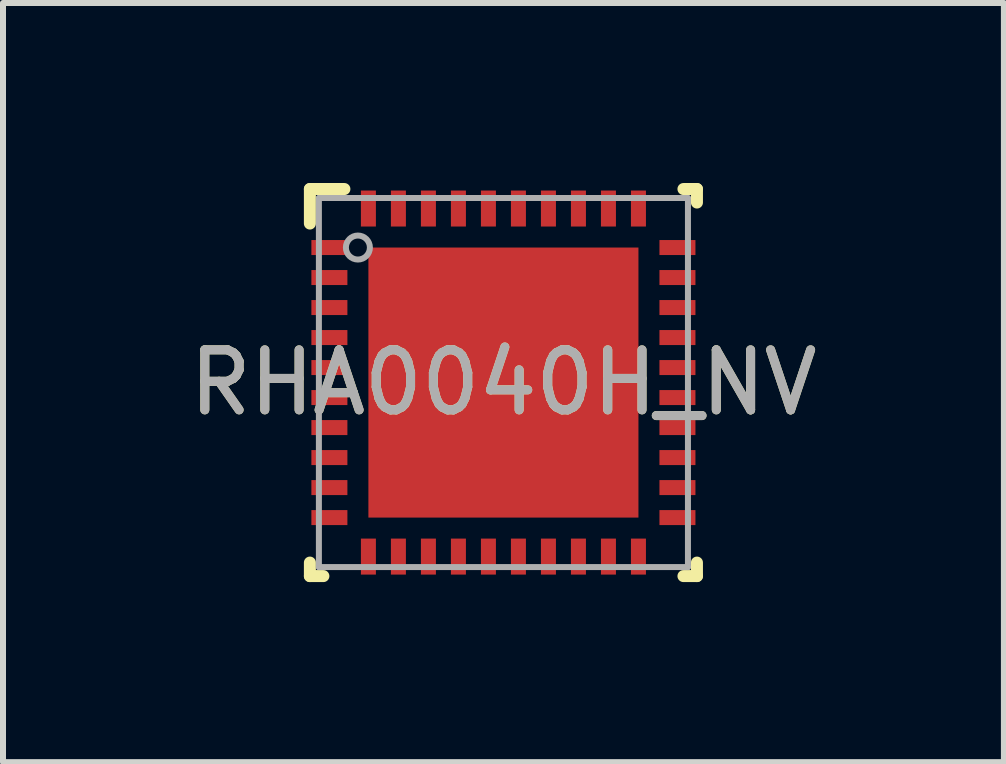
<source format=kicad_pcb>
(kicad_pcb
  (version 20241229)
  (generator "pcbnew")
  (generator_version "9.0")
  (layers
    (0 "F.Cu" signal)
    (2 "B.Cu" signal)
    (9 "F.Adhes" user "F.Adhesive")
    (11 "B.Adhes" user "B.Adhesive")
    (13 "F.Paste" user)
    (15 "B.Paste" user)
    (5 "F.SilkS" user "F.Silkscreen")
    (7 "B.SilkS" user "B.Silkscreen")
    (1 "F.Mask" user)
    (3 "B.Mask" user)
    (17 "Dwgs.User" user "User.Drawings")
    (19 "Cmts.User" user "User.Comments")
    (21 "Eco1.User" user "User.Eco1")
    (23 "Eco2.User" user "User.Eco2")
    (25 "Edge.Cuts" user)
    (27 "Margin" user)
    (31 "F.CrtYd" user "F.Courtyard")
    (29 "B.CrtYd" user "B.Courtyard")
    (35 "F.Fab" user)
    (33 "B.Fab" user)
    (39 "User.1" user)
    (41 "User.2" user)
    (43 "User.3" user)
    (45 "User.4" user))
  (footprint "RHA0040H_NV"
    (layer "F.Cu")
    (at 5.339 3.325)
    (property "Reference" "RHA0040H_NV" (at 0 0 0) (unlocked yes) (layer "F.SilkS") (effects (font (size 1 1) (thickness 0.15))))
    (attr smd)
    (fp_line (start -3.225 -3.225) (end -2.65 -3.225) (stroke (width 0.2) (type solid)) (layer "F.SilkS"))
    (fp_line (start -3.225 -2.65) (end -3.225 -3.225) (stroke (width 0.2) (type solid)) (layer "F.SilkS"))
    (fp_line (start -3.225 3.225) (end -3.225 3) (stroke (width 0.2) (type solid)) (layer "F.SilkS"))
    (fp_line (start -3.225 3.225) (end -3 3.225) (stroke (width 0.2) (type solid)) (layer "F.SilkS"))
    (fp_line (start 3 -3.225) (end 3.225 -3.225) (stroke (width 0.2) (type solid)) (layer "F.SilkS"))
    (fp_line (start 3 3.225) (end 3.225 3.225) (stroke (width 0.2) (type solid)) (layer "F.SilkS"))
    (fp_line (start 3.225 -3) (end 3.225 -3.225) (stroke (width 0.2) (type solid)) (layer "F.SilkS"))
    (fp_line (start 3.225 3.225) (end 3.225 3) (stroke (width 0.2) (type solid)) (layer "F.SilkS"))
    (fp_poly (pts (xy -0.83 -2.04) (xy -0.83 -0.88) (xy -0.831 -0.871) (xy -0.834 -0.861) (xy -0.838 -0.852) (xy -0.845 -0.845) (xy -0.852 -0.838) (xy -0.861 -0.834) (xy -0.871 -0.831) (xy -0.88 -0.83) (xy -2.04 -0.83) (xy -2.049 -0.831) (xy -2.059 -0.834) (xy -2.068 -0.838) (xy -2.075 -0.845) (xy -2.082 -0.852) (xy -2.086 -0.861) (xy -2.089 -0.871) (xy -2.09 -0.88) (xy -2.09 -2.04) (xy -2.089 -2.049) (xy -2.086 -2.059) (xy -2.082 -2.068) (xy -2.075 -2.075) (xy -2.068 -2.082) (xy -2.059 -2.086) (xy -2.049 -2.089) (xy -2.04 -2.09) (xy -0.88 -2.09) (xy -0.871 -2.089) (xy -0.861 -2.086) (xy -0.852 -2.082) (xy -0.845 -2.075) (xy -0.838 -2.068) (xy -0.834 -2.059) (xy -0.831 -2.049)) (stroke (width 0) (type solid)) (fill yes) (layer "F.Paste"))
    (fp_poly (pts (xy -0.83 -0.58) (xy -0.83 0.58) (xy -0.831 0.589) (xy -0.834 0.599) (xy -0.838 0.608) (xy -0.845 0.615) (xy -0.852 0.622) (xy -0.861 0.626) (xy -0.871 0.629) (xy -0.88 0.63) (xy -2.04 0.63) (xy -2.049 0.629) (xy -2.059 0.626) (xy -2.068 0.622) (xy -2.075 0.615) (xy -2.082 0.608) (xy -2.086 0.599) (xy -2.089 0.589) (xy -2.09 0.58) (xy -2.09 -0.58) (xy -2.089 -0.589) (xy -2.086 -0.599) (xy -2.082 -0.608) (xy -2.075 -0.615) (xy -2.068 -0.622) (xy -2.059 -0.626) (xy -2.049 -0.629) (xy -2.04 -0.63) (xy -0.88 -0.63) (xy -0.871 -0.629) (xy -0.861 -0.626) (xy -0.852 -0.622) (xy -0.845 -0.615) (xy -0.838 -0.608) (xy -0.834 -0.599) (xy -0.831 -0.589)) (stroke (width 0) (type solid)) (fill yes) (layer "F.Paste"))
    (fp_poly (pts (xy -0.83 0.88) (xy -0.83 2.04) (xy -0.831 2.049) (xy -0.834 2.059) (xy -0.838 2.068) (xy -0.845 2.075) (xy -0.852 2.082) (xy -0.861 2.086) (xy -0.871 2.089) (xy -0.88 2.09) (xy -2.04 2.09) (xy -2.049 2.089) (xy -2.059 2.086) (xy -2.068 2.082) (xy -2.075 2.075) (xy -2.082 2.068) (xy -2.086 2.059) (xy -2.089 2.049) (xy -2.09 2.04) (xy -2.09 0.88) (xy -2.089 0.871) (xy -2.086 0.861) (xy -2.082 0.852) (xy -2.075 0.845) (xy -2.068 0.838) (xy -2.059 0.834) (xy -2.049 0.831) (xy -2.04 0.83) (xy -0.88 0.83) (xy -0.871 0.831) (xy -0.861 0.834) (xy -0.852 0.838) (xy -0.845 0.845) (xy -0.838 0.852) (xy -0.834 0.861) (xy -0.831 0.871)) (stroke (width 0) (type solid)) (fill yes) (layer "F.Paste"))
    (fp_poly (pts (xy -0.63 -0.88) (xy -0.63 -2.04) (xy -0.629 -2.049) (xy -0.626 -2.059) (xy -0.622 -2.068) (xy -0.615 -2.075) (xy -0.608 -2.082) (xy -0.599 -2.086) (xy -0.589 -2.089) (xy -0.58 -2.09) (xy 0.58 -2.09) (xy 0.589 -2.089) (xy 0.599 -2.086) (xy 0.608 -2.082) (xy 0.615 -2.075) (xy 0.622 -2.068) (xy 0.626 -2.059) (xy 0.629 -2.049) (xy 0.63 -2.04) (xy 0.63 -0.88) (xy 0.629 -0.871) (xy 0.626 -0.861) (xy 0.622 -0.852) (xy 0.615 -0.845) (xy 0.608 -0.838) (xy 0.599 -0.834) (xy 0.589 -0.831) (xy 0.58 -0.83) (xy -0.58 -0.83) (xy -0.589 -0.831) (xy -0.599 -0.834) (xy -0.608 -0.838) (xy -0.615 -0.845) (xy -0.622 -0.852) (xy -0.626 -0.861) (xy -0.629 -0.871)) (stroke (width 0) (type solid)) (fill yes) (layer "F.Paste"))
    (fp_poly (pts (xy -0.63 0.58) (xy -0.63 -0.58) (xy -0.629 -0.589) (xy -0.626 -0.599) (xy -0.622 -0.608) (xy -0.615 -0.615) (xy -0.608 -0.622) (xy -0.599 -0.626) (xy -0.589 -0.629) (xy -0.58 -0.63) (xy 0.58 -0.63) (xy 0.589 -0.629) (xy 0.599 -0.626) (xy 0.608 -0.622) (xy 0.615 -0.615) (xy 0.622 -0.608) (xy 0.626 -0.599) (xy 0.629 -0.589) (xy 0.63 -0.58) (xy 0.63 0.58) (xy 0.629 0.589) (xy 0.626 0.599) (xy 0.622 0.608) (xy 0.615 0.615) (xy 0.608 0.622) (xy 0.599 0.626) (xy 0.589 0.629) (xy 0.58 0.63) (xy -0.58 0.63) (xy -0.589 0.629) (xy -0.599 0.626) (xy -0.608 0.622) (xy -0.615 0.615) (xy -0.622 0.608) (xy -0.626 0.599) (xy -0.629 0.589)) (stroke (width 0) (type solid)) (fill yes) (layer "F.Paste"))
    (fp_poly (pts (xy -0.63 2.04) (xy -0.63 0.88) (xy -0.629 0.871) (xy -0.626 0.861) (xy -0.622 0.852) (xy -0.615 0.845) (xy -0.608 0.838) (xy -0.599 0.834) (xy -0.589 0.831) (xy -0.58 0.83) (xy 0.58 0.83) (xy 0.589 0.831) (xy 0.599 0.834) (xy 0.608 0.838) (xy 0.615 0.845) (xy 0.622 0.852) (xy 0.626 0.861) (xy 0.629 0.871) (xy 0.63 0.88) (xy 0.63 2.04) (xy 0.629 2.049) (xy 0.626 2.059) (xy 0.622 2.068) (xy 0.615 2.075) (xy 0.608 2.082) (xy 0.599 2.086) (xy 0.589 2.089) (xy 0.58 2.09) (xy -0.58 2.09) (xy -0.589 2.089) (xy -0.599 2.086) (xy -0.608 2.082) (xy -0.615 2.075) (xy -0.622 2.068) (xy -0.626 2.059) (xy -0.629 2.049)) (stroke (width 0) (type solid)) (fill yes) (layer "F.Paste"))
    (fp_poly (pts (xy 0.83 -0.88) (xy 0.83 -2.04) (xy 0.831 -2.049) (xy 0.834 -2.059) (xy 0.838 -2.068) (xy 0.845 -2.075) (xy 0.852 -2.082) (xy 0.861 -2.086) (xy 0.871 -2.089) (xy 0.88 -2.09) (xy 2.04 -2.09) (xy 2.049 -2.089) (xy 2.059 -2.086) (xy 2.068 -2.082) (xy 2.075 -2.075) (xy 2.082 -2.068) (xy 2.086 -2.059) (xy 2.089 -2.049) (xy 2.09 -2.04) (xy 2.09 -0.88) (xy 2.089 -0.871) (xy 2.086 -0.861) (xy 2.082 -0.852) (xy 2.075 -0.845) (xy 2.068 -0.838) (xy 2.059 -0.834) (xy 2.049 -0.831) (xy 2.04 -0.83) (xy 0.88 -0.83) (xy 0.871 -0.831) (xy 0.861 -0.834) (xy 0.852 -0.838) (xy 0.845 -0.845) (xy 0.838 -0.852) (xy 0.834 -0.861) (xy 0.831 -0.871)) (stroke (width 0) (type solid)) (fill yes) (layer "F.Paste"))
    (fp_poly (pts (xy 0.83 0.58) (xy 0.83 -0.58) (xy 0.831 -0.589) (xy 0.834 -0.599) (xy 0.838 -0.608) (xy 0.845 -0.615) (xy 0.852 -0.622) (xy 0.861 -0.626) (xy 0.871 -0.629) (xy 0.88 -0.63) (xy 2.04 -0.63) (xy 2.049 -0.629) (xy 2.059 -0.626) (xy 2.068 -0.622) (xy 2.075 -0.615) (xy 2.082 -0.608) (xy 2.086 -0.599) (xy 2.089 -0.589) (xy 2.09 -0.58) (xy 2.09 0.58) (xy 2.089 0.589) (xy 2.086 0.599) (xy 2.082 0.608) (xy 2.075 0.615) (xy 2.068 0.622) (xy 2.059 0.626) (xy 2.049 0.629) (xy 2.04 0.63) (xy 0.88 0.63) (xy 0.871 0.629) (xy 0.861 0.626) (xy 0.852 0.622) (xy 0.845 0.615) (xy 0.838 0.608) (xy 0.834 0.599) (xy 0.831 0.589)) (stroke (width 0) (type solid)) (fill yes) (layer "F.Paste"))
    (fp_poly (pts (xy 0.83 2.04) (xy 0.83 0.88) (xy 0.831 0.871) (xy 0.834 0.861) (xy 0.838 0.852) (xy 0.845 0.845) (xy 0.852 0.838) (xy 0.861 0.834) (xy 0.871 0.831) (xy 0.88 0.83) (xy 2.04 0.83) (xy 2.049 0.831) (xy 2.059 0.834) (xy 2.068 0.838) (xy 2.075 0.845) (xy 2.082 0.852) (xy 2.086 0.861) (xy 2.089 0.871) (xy 2.09 0.88) (xy 2.09 2.04) (xy 2.089 2.049) (xy 2.086 2.059) (xy 2.082 2.068) (xy 2.075 2.075) (xy 2.068 2.082) (xy 2.059 2.086) (xy 2.049 2.089) (xy 2.04 2.09) (xy 0.88 2.09) (xy 0.871 2.089) (xy 0.861 2.086) (xy 0.852 2.082) (xy 0.845 2.075) (xy 0.838 2.068) (xy 0.834 2.059) (xy 0.831 2.049)) (stroke (width 0) (type solid)) (fill yes) (layer "F.Paste"))
    (fp_line (start -3.075 -3.075) (end 3.075 -3.075) (stroke (width 0.1) (type solid)) (layer "F.Fab"))
    (fp_line (start -3.075 3.075) (end -3.075 -3.075) (stroke (width 0.1) (type solid)) (layer "F.Fab"))
    (fp_line (start -3.075 3.075) (end 3.075 3.075) (stroke (width 0.1) (type solid)) (layer "F.Fab"))
    (fp_line (start 3.075 3.075) (end 3.075 -3.075) (stroke (width 0.1) (type solid)) (layer "F.Fab"))
    (fp_circle (center -2.425 -2.25) (end -2.225 -2.25) (stroke (width 0.1) (type solid)) (fill no) (layer "F.Fab"))
    (fp_text user "${REFERENCE}" (at 0 0 0) (unlocked yes) (layer "F.Fab") (effects (font (size 1 1) (thickness 0.15))))
    (pad "1" smd rect (at -2.9 -2.25 90) (size 0.25 0.6) (layers "F.Cu" "F.Mask" "F.Paste"))
    (pad "2" smd rect (at -2.9 -1.75 90) (size 0.25 0.6) (layers "F.Cu" "F.Mask" "F.Paste"))
    (pad "3" smd rect (at -2.9 -1.25 90) (size 0.25 0.6) (layers "F.Cu" "F.Mask" "F.Paste"))
    (pad "4" smd rect (at -2.9 -0.75 90) (size 0.25 0.6) (layers "F.Cu" "F.Mask" "F.Paste"))
    (pad "5" smd rect (at -2.9 -0.25 90) (size 0.25 0.6) (layers "F.Cu" "F.Mask" "F.Paste"))
    (pad "6" smd rect (at -2.9 0.25 90) (size 0.25 0.6) (layers "F.Cu" "F.Mask" "F.Paste"))
    (pad "7" smd rect (at -2.9 0.75 90) (size 0.25 0.6) (layers "F.Cu" "F.Mask" "F.Paste"))
    (pad "8" smd rect (at -2.9 1.25 90) (size 0.25 0.6) (layers "F.Cu" "F.Mask" "F.Paste"))
    (pad "9" smd rect (at -2.9 1.75 90) (size 0.25 0.6) (layers "F.Cu" "F.Mask" "F.Paste"))
    (pad "10" smd rect (at -2.9 2.25 90) (size 0.25 0.6) (layers "F.Cu" "F.Mask" "F.Paste"))
    (pad "11" smd rect (at -2.25 2.9) (size 0.25 0.6) (layers "F.Cu" "F.Mask" "F.Paste"))
    (pad "12" smd rect (at -1.75 2.9) (size 0.25 0.6) (layers "F.Cu" "F.Mask" "F.Paste"))
    (pad "13" smd rect (at -1.25 2.9) (size 0.25 0.6) (layers "F.Cu" "F.Mask" "F.Paste"))
    (pad "14" smd rect (at -0.75 2.9) (size 0.25 0.6) (layers "F.Cu" "F.Mask" "F.Paste"))
    (pad "15" smd rect (at -0.25 2.9) (size 0.25 0.6) (layers "F.Cu" "F.Mask" "F.Paste"))
    (pad "16" smd rect (at 0.25 2.9) (size 0.25 0.6) (layers "F.Cu" "F.Mask" "F.Paste"))
    (pad "17" smd rect (at 0.75 2.9) (size 0.25 0.6) (layers "F.Cu" "F.Mask" "F.Paste"))
    (pad "18" smd rect (at 1.25 2.9) (size 0.25 0.6) (layers "F.Cu" "F.Mask" "F.Paste"))
    (pad "19" smd rect (at 1.75 2.9) (size 0.25 0.6) (layers "F.Cu" "F.Mask" "F.Paste"))
    (pad "20" smd rect (at 2.25 2.9) (size 0.25 0.6) (layers "F.Cu" "F.Mask" "F.Paste"))
    (pad "21" smd rect (at 2.9 2.25 90) (size 0.25 0.6) (layers "F.Cu" "F.Mask" "F.Paste"))
    (pad "22" smd rect (at 2.9 1.75 90) (size 0.25 0.6) (layers "F.Cu" "F.Mask" "F.Paste"))
    (pad "23" smd rect (at 2.9 1.25 90) (size 0.25 0.6) (layers "F.Cu" "F.Mask" "F.Paste"))
    (pad "24" smd rect (at 2.9 0.75 90) (size 0.25 0.6) (layers "F.Cu" "F.Mask" "F.Paste"))
    (pad "25" smd rect (at 2.9 0.25 90) (size 0.25 0.6) (layers "F.Cu" "F.Mask" "F.Paste"))
    (pad "26" smd rect (at 2.9 -0.25 90) (size 0.25 0.6) (layers "F.Cu" "F.Mask" "F.Paste"))
    (pad "27" smd rect (at 2.9 -0.75 90) (size 0.25 0.6) (layers "F.Cu" "F.Mask" "F.Paste"))
    (pad "28" smd rect (at 2.9 -1.25 90) (size 0.25 0.6) (layers "F.Cu" "F.Mask" "F.Paste"))
    (pad "29" smd rect (at 2.9 -1.75 90) (size 0.25 0.6) (layers "F.Cu" "F.Mask" "F.Paste"))
    (pad "30" smd rect (at 2.9 -2.25 90) (size 0.25 0.6) (layers "F.Cu" "F.Mask" "F.Paste"))
    (pad "31" smd rect (at 2.25 -2.9) (size 0.25 0.6) (layers "F.Cu" "F.Mask" "F.Paste"))
    (pad "32" smd rect (at 1.75 -2.9) (size 0.25 0.6) (layers "F.Cu" "F.Mask" "F.Paste"))
    (pad "33" smd rect (at 1.25 -2.9) (size 0.25 0.6) (layers "F.Cu" "F.Mask" "F.Paste"))
    (pad "34" smd rect (at 0.75 -2.9) (size 0.25 0.6) (layers "F.Cu" "F.Mask" "F.Paste"))
    (pad "35" smd rect (at 0.25 -2.9) (size 0.25 0.6) (layers "F.Cu" "F.Mask" "F.Paste"))
    (pad "36" smd rect (at -0.25 -2.9) (size 0.25 0.6) (layers "F.Cu" "F.Mask" "F.Paste"))
    (pad "37" smd rect (at -0.75 -2.9) (size 0.25 0.6) (layers "F.Cu" "F.Mask" "F.Paste"))
    (pad "38" smd rect (at -1.25 -2.9) (size 0.25 0.6) (layers "F.Cu" "F.Mask" "F.Paste"))
    (pad "39" smd rect (at -1.75 -2.9) (size 0.25 0.6) (layers "F.Cu" "F.Mask" "F.Paste"))
    (pad "40" smd rect (at -2.25 -2.9) (size 0.25 0.6) (layers "F.Cu" "F.Mask" "F.Paste"))
    (pad "41" smd rect (at 0.000003 -0.000003) (size 4.5 4.5) (layers "F.Cu" "F.Mask")))
  (gr_rect
    (start -3 -3)
    (end 13.679 9.65)
    (stroke (width 0.1) (type default))
    (fill no)
    (layer "Edge.Cuts")))
</source>
